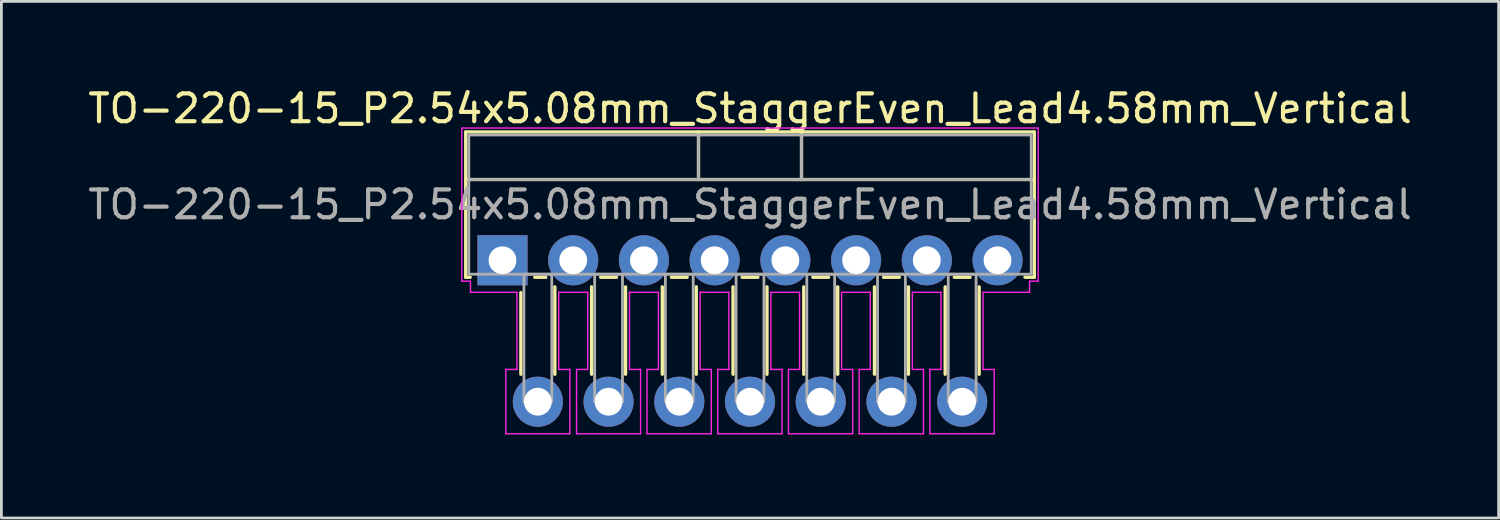
<source format=kicad_pcb>
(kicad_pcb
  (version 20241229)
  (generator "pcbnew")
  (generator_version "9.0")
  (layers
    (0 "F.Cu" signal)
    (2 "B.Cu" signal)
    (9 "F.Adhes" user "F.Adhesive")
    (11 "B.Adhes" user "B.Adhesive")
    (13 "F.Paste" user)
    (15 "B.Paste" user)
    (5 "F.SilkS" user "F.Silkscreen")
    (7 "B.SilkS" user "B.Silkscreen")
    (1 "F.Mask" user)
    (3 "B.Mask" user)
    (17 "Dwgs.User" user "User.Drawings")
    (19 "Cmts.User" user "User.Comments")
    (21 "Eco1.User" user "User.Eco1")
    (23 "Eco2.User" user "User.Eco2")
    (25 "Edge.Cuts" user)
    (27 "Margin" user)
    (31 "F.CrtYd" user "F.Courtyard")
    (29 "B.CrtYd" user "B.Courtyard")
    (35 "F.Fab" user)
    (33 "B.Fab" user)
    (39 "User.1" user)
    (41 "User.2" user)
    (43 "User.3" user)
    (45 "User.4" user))
  (footprint "TO-220-15_P2.54x5.08mm_StaggerEven_Lead4.58mm_Vertical"
    (layer "F.Cu")
    (at 14.997 6.298)
    (property "Reference" "TO-220-15_P2.54x5.08mm_StaggerEven_Lead4.58mm_Vertical" (at 8.89 -5.45 0) (layer "F.SilkS") (effects (font (size 1 1) (thickness 0.15))))
    (attr through_hole)
    (fp_line (start -1.32 -4.61) (end 19.1 -4.61) (stroke (width 0.12) (type solid)) (layer "F.SilkS"))
    (fp_line (start -1.32 -2.9) (end 19.1 -2.9) (stroke (width 0.12) (type solid)) (layer "F.SilkS"))
    (fp_line (start -1.32 0.61) (end -1.32 -4.61) (stroke (width 0.12) (type solid)) (layer "F.SilkS"))
    (fp_line (start -1.16 0.61) (end -1.32 0.61) (stroke (width 0.12) (type solid)) (layer "F.SilkS"))
    (fp_line (start 0.66 1.16) (end 0.66 4.093) (stroke (width 0.12) (type solid)) (layer "F.SilkS"))
    (fp_line (start 1.553 0.61) (end 1.16 0.61) (stroke (width 0.12) (type solid)) (layer "F.SilkS"))
    (fp_line (start 1.88 0.954) (end 1.88 4.093) (stroke (width 0.12) (type solid)) (layer "F.SilkS"))
    (fp_line (start 3.2 0.954) (end 3.2 4.093) (stroke (width 0.12) (type solid)) (layer "F.SilkS"))
    (fp_line (start 4.093 0.61) (end 3.527 0.61) (stroke (width 0.12) (type solid)) (layer "F.SilkS"))
    (fp_line (start 4.42 0.954) (end 4.42 4.093) (stroke (width 0.12) (type solid)) (layer "F.SilkS"))
    (fp_line (start 5.74 0.954) (end 5.74 4.093) (stroke (width 0.12) (type solid)) (layer "F.SilkS"))
    (fp_line (start 6.633 0.61) (end 6.067 0.61) (stroke (width 0.12) (type solid)) (layer "F.SilkS"))
    (fp_line (start 6.96 0.954) (end 6.96 4.093) (stroke (width 0.12) (type solid)) (layer "F.SilkS"))
    (fp_line (start 7.04 -4.61) (end 7.04 -2.9) (stroke (width 0.12) (type solid)) (layer "F.SilkS"))
    (fp_line (start 8.28 0.954) (end 8.28 4.093) (stroke (width 0.12) (type solid)) (layer "F.SilkS"))
    (fp_line (start 9.173 0.61) (end 8.607 0.61) (stroke (width 0.12) (type solid)) (layer "F.SilkS"))
    (fp_line (start 9.5 0.954) (end 9.5 4.093) (stroke (width 0.12) (type solid)) (layer "F.SilkS"))
    (fp_line (start 10.74 -4.61) (end 10.74 -2.9) (stroke (width 0.12) (type solid)) (layer "F.SilkS"))
    (fp_line (start 10.82 0.954) (end 10.82 4.093) (stroke (width 0.12) (type solid)) (layer "F.SilkS"))
    (fp_line (start 11.713 0.61) (end 11.147 0.61) (stroke (width 0.12) (type solid)) (layer "F.SilkS"))
    (fp_line (start 12.04 0.954) (end 12.04 4.093) (stroke (width 0.12) (type solid)) (layer "F.SilkS"))
    (fp_line (start 13.36 0.954) (end 13.36 4.093) (stroke (width 0.12) (type solid)) (layer "F.SilkS"))
    (fp_line (start 14.253 0.61) (end 13.687 0.61) (stroke (width 0.12) (type solid)) (layer "F.SilkS"))
    (fp_line (start 14.58 0.954) (end 14.58 4.093) (stroke (width 0.12) (type solid)) (layer "F.SilkS"))
    (fp_line (start 15.9 0.954) (end 15.9 4.093) (stroke (width 0.12) (type solid)) (layer "F.SilkS"))
    (fp_line (start 16.793 0.61) (end 16.227 0.61) (stroke (width 0.12) (type solid)) (layer "F.SilkS"))
    (fp_line (start 17.12 0.954) (end 17.12 4.093) (stroke (width 0.12) (type solid)) (layer "F.SilkS"))
    (fp_line (start 19.1 -4.61) (end 19.1 0.61) (stroke (width 0.12) (type solid)) (layer "F.SilkS"))
    (fp_line (start 19.1 0.61) (end 18.767 0.61) (stroke (width 0.12) (type solid)) (layer "F.SilkS"))
    (fp_line (start -1.46 -4.75) (end 19.24 -4.75) (stroke (width 0.05) (type solid)) (layer "F.CrtYd"))
    (fp_line (start -1.46 0.75) (end -1.46 -4.75) (stroke (width 0.05) (type solid)) (layer "F.CrtYd"))
    (fp_line (start -1.15 0.75) (end -1.46 0.75) (stroke (width 0.05) (type solid)) (layer "F.CrtYd"))
    (fp_line (start -1.15 1.15) (end -1.15 0.75) (stroke (width 0.05) (type solid)) (layer "F.CrtYd"))
    (fp_line (start 0.12 3.92) (end 0.52 3.92) (stroke (width 0.05) (type solid)) (layer "F.CrtYd"))
    (fp_line (start 0.12 6.23) (end 0.12 3.92) (stroke (width 0.05) (type solid)) (layer "F.CrtYd"))
    (fp_line (start 0.52 1.15) (end -1.15 1.15) (stroke (width 0.05) (type solid)) (layer "F.CrtYd"))
    (fp_line (start 0.52 3.92) (end 0.52 1.15) (stroke (width 0.05) (type solid)) (layer "F.CrtYd"))
    (fp_line (start 2.02 1.15) (end 2.02 3.92) (stroke (width 0.05) (type solid)) (layer "F.CrtYd"))
    (fp_line (start 2.02 3.92) (end 2.42 3.92) (stroke (width 0.05) (type solid)) (layer "F.CrtYd"))
    (fp_line (start 2.42 3.92) (end 2.42 6.23) (stroke (width 0.05) (type solid)) (layer "F.CrtYd"))
    (fp_line (start 2.42 6.23) (end 0.12 6.23) (stroke (width 0.05) (type solid)) (layer "F.CrtYd"))
    (fp_line (start 2.66 3.92) (end 3.06 3.92) (stroke (width 0.05) (type solid)) (layer "F.CrtYd"))
    (fp_line (start 2.66 6.23) (end 2.66 3.92) (stroke (width 0.05) (type solid)) (layer "F.CrtYd"))
    (fp_line (start 3.06 1.15) (end 2.02 1.15) (stroke (width 0.05) (type solid)) (layer "F.CrtYd"))
    (fp_line (start 3.06 3.92) (end 3.06 1.15) (stroke (width 0.05) (type solid)) (layer "F.CrtYd"))
    (fp_line (start 4.56 1.15) (end 4.56 3.92) (stroke (width 0.05) (type solid)) (layer "F.CrtYd"))
    (fp_line (start 4.56 3.92) (end 4.96 3.92) (stroke (width 0.05) (type solid)) (layer "F.CrtYd"))
    (fp_line (start 4.96 3.92) (end 4.96 6.23) (stroke (width 0.05) (type solid)) (layer "F.CrtYd"))
    (fp_line (start 4.96 6.23) (end 2.66 6.23) (stroke (width 0.05) (type solid)) (layer "F.CrtYd"))
    (fp_line (start 5.19 3.92) (end 5.6 3.92) (stroke (width 0.05) (type solid)) (layer "F.CrtYd"))
    (fp_line (start 5.19 6.23) (end 5.19 3.92) (stroke (width 0.05) (type solid)) (layer "F.CrtYd"))
    (fp_line (start 5.6 1.15) (end 4.56 1.15) (stroke (width 0.05) (type solid)) (layer "F.CrtYd"))
    (fp_line (start 5.6 3.92) (end 5.6 1.15) (stroke (width 0.05) (type solid)) (layer "F.CrtYd"))
    (fp_line (start 7.1 1.15) (end 7.1 3.92) (stroke (width 0.05) (type solid)) (layer "F.CrtYd"))
    (fp_line (start 7.1 3.92) (end 7.5 3.92) (stroke (width 0.05) (type solid)) (layer "F.CrtYd"))
    (fp_line (start 7.5 3.92) (end 7.5 6.23) (stroke (width 0.05) (type solid)) (layer "F.CrtYd"))
    (fp_line (start 7.5 6.23) (end 5.19 6.23) (stroke (width 0.05) (type solid)) (layer "F.CrtYd"))
    (fp_line (start 7.73 3.92) (end 8.13 3.92) (stroke (width 0.05) (type solid)) (layer "F.CrtYd"))
    (fp_line (start 7.73 6.23) (end 7.73 3.92) (stroke (width 0.05) (type solid)) (layer "F.CrtYd"))
    (fp_line (start 8.13 1.15) (end 7.1 1.15) (stroke (width 0.05) (type solid)) (layer "F.CrtYd"))
    (fp_line (start 8.13 3.92) (end 8.13 1.15) (stroke (width 0.05) (type solid)) (layer "F.CrtYd"))
    (fp_line (start 9.64 1.15) (end 9.64 3.92) (stroke (width 0.05) (type solid)) (layer "F.CrtYd"))
    (fp_line (start 9.64 3.92) (end 10.04 3.92) (stroke (width 0.05) (type solid)) (layer "F.CrtYd"))
    (fp_line (start 10.04 3.92) (end 10.04 6.23) (stroke (width 0.05) (type solid)) (layer "F.CrtYd"))
    (fp_line (start 10.04 6.23) (end 7.73 6.23) (stroke (width 0.05) (type solid)) (layer "F.CrtYd"))
    (fp_line (start 10.27 3.92) (end 10.67 3.92) (stroke (width 0.05) (type solid)) (layer "F.CrtYd"))
    (fp_line (start 10.27 6.23) (end 10.27 3.92) (stroke (width 0.05) (type solid)) (layer "F.CrtYd"))
    (fp_line (start 10.67 1.15) (end 9.64 1.15) (stroke (width 0.05) (type solid)) (layer "F.CrtYd"))
    (fp_line (start 10.67 3.92) (end 10.67 1.15) (stroke (width 0.05) (type solid)) (layer "F.CrtYd"))
    (fp_line (start 12.18 1.15) (end 12.18 3.92) (stroke (width 0.05) (type solid)) (layer "F.CrtYd"))
    (fp_line (start 12.18 3.92) (end 12.58 3.92) (stroke (width 0.05) (type solid)) (layer "F.CrtYd"))
    (fp_line (start 12.58 3.92) (end 12.58 6.23) (stroke (width 0.05) (type solid)) (layer "F.CrtYd"))
    (fp_line (start 12.58 6.23) (end 10.27 6.23) (stroke (width 0.05) (type solid)) (layer "F.CrtYd"))
    (fp_line (start 12.81 3.92) (end 13.21 3.92) (stroke (width 0.05) (type solid)) (layer "F.CrtYd"))
    (fp_line (start 12.81 6.23) (end 12.81 3.92) (stroke (width 0.05) (type solid)) (layer "F.CrtYd"))
    (fp_line (start 13.21 1.15) (end 12.18 1.15) (stroke (width 0.05) (type solid)) (layer "F.CrtYd"))
    (fp_line (start 13.21 3.92) (end 13.21 1.15) (stroke (width 0.05) (type solid)) (layer "F.CrtYd"))
    (fp_line (start 14.72 1.15) (end 14.72 3.92) (stroke (width 0.05) (type solid)) (layer "F.CrtYd"))
    (fp_line (start 14.72 3.92) (end 15.12 3.92) (stroke (width 0.05) (type solid)) (layer "F.CrtYd"))
    (fp_line (start 15.12 3.92) (end 15.12 6.23) (stroke (width 0.05) (type solid)) (layer "F.CrtYd"))
    (fp_line (start 15.12 6.23) (end 12.81 6.23) (stroke (width 0.05) (type solid)) (layer "F.CrtYd"))
    (fp_line (start 15.35 3.92) (end 15.75 3.92) (stroke (width 0.05) (type solid)) (layer "F.CrtYd"))
    (fp_line (start 15.35 6.23) (end 15.35 3.92) (stroke (width 0.05) (type solid)) (layer "F.CrtYd"))
    (fp_line (start 15.75 1.15) (end 14.72 1.15) (stroke (width 0.05) (type solid)) (layer "F.CrtYd"))
    (fp_line (start 15.75 3.92) (end 15.75 1.15) (stroke (width 0.05) (type solid)) (layer "F.CrtYd"))
    (fp_line (start 17.26 1.15) (end 17.26 3.92) (stroke (width 0.05) (type solid)) (layer "F.CrtYd"))
    (fp_line (start 17.26 3.92) (end 17.66 3.92) (stroke (width 0.05) (type solid)) (layer "F.CrtYd"))
    (fp_line (start 17.66 3.92) (end 17.66 6.23) (stroke (width 0.05) (type solid)) (layer "F.CrtYd"))
    (fp_line (start 17.66 6.23) (end 15.35 6.23) (stroke (width 0.05) (type solid)) (layer "F.CrtYd"))
    (fp_line (start 18.93 0.75) (end 18.93 1.15) (stroke (width 0.05) (type solid)) (layer "F.CrtYd"))
    (fp_line (start 18.93 1.15) (end 17.26 1.15) (stroke (width 0.05) (type solid)) (layer "F.CrtYd"))
    (fp_line (start 19.24 -4.75) (end 19.24 0.75) (stroke (width 0.05) (type solid)) (layer "F.CrtYd"))
    (fp_line (start 19.24 0.75) (end 18.93 0.75) (stroke (width 0.05) (type solid)) (layer "F.CrtYd"))
    (fp_line (start -1.21 -2.9) (end 18.99 -2.9) (stroke (width 0.1) (type solid)) (layer "F.Fab"))
    (fp_line (start 7.04 -4.5) (end 7.04 -2.9) (stroke (width 0.1) (type solid)) (layer "F.Fab"))
    (fp_line (start 10.74 -4.5) (end 10.74 -2.9) (stroke (width 0.1) (type solid)) (layer "F.Fab"))
    (fp_rect (start -1.21 -4.5) (end 18.99 0.5) (stroke (width 0.1) (type solid)) (fill no) (layer "F.Fab"))
    (fp_rect (start 0.77 0.5) (end 1.77 5.08) (stroke (width 0.1) (type solid)) (fill no) (layer "F.Fab"))
    (fp_rect (start 3.31 0.5) (end 4.31 5.08) (stroke (width 0.1) (type solid)) (fill no) (layer "F.Fab"))
    (fp_rect (start 5.85 0.5) (end 6.85 5.08) (stroke (width 0.1) (type solid)) (fill no) (layer "F.Fab"))
    (fp_rect (start 8.39 0.5) (end 9.39 5.08) (stroke (width 0.1) (type solid)) (fill no) (layer "F.Fab"))
    (fp_rect (start 10.93 0.5) (end 11.93 5.08) (stroke (width 0.1) (type solid)) (fill no) (layer "F.Fab"))
    (fp_rect (start 13.47 0.5) (end 14.47 5.08) (stroke (width 0.1) (type solid)) (fill no) (layer "F.Fab"))
    (fp_rect (start 16.01 0.5) (end 17.01 5.08) (stroke (width 0.1) (type solid)) (fill no) (layer "F.Fab"))
    (fp_text user "${REFERENCE}" (at 8.89 -2 0) (layer "F.Fab") (effects (font (size 1 1) (thickness 0.15))))
    (pad "1" thru_hole rect (at 0 0) (size 1.8 1.8) (drill 1) (layers "*.Cu" "*.Mask"))
    (pad "2" thru_hole circle (at 1.27 5.08) (size 1.8 1.8) (drill 1) (layers "*.Cu" "*.Mask"))
    (pad "3" thru_hole circle (at 2.54 0) (size 1.8 1.8) (drill 1) (layers "*.Cu" "*.Mask"))
    (pad "4" thru_hole circle (at 3.81 5.08) (size 1.8 1.8) (drill 1) (layers "*.Cu" "*.Mask"))
    (pad "5" thru_hole circle (at 5.08 0) (size 1.8 1.8) (drill 1) (layers "*.Cu" "*.Mask"))
    (pad "6" thru_hole circle (at 6.35 5.08) (size 1.8 1.8) (drill 1) (layers "*.Cu" "*.Mask"))
    (pad "7" thru_hole circle (at 7.62 0) (size 1.8 1.8) (drill 1) (layers "*.Cu" "*.Mask"))
    (pad "8" thru_hole circle (at 8.89 5.08) (size 1.8 1.8) (drill 1) (layers "*.Cu" "*.Mask"))
    (pad "9" thru_hole circle (at 10.16 0) (size 1.8 1.8) (drill 1) (layers "*.Cu" "*.Mask"))
    (pad "10" thru_hole circle (at 11.43 5.08) (size 1.8 1.8) (drill 1) (layers "*.Cu" "*.Mask"))
    (pad "11" thru_hole circle (at 12.7 0) (size 1.8 1.8) (drill 1) (layers "*.Cu" "*.Mask"))
    (pad "12" thru_hole circle (at 13.97 5.08) (size 1.8 1.8) (drill 1) (layers "*.Cu" "*.Mask"))
    (pad "13" thru_hole circle (at 15.24 0) (size 1.8 1.8) (drill 1) (layers "*.Cu" "*.Mask"))
    (pad "14" thru_hole circle (at 16.51 5.08) (size 1.8 1.8) (drill 1) (layers "*.Cu" "*.Mask"))
    (pad "15" thru_hole circle (at 17.78 0) (size 1.8 1.8) (drill 1) (layers "*.Cu" "*.Mask")))
  (gr_rect
    (start -3 -3)
    (end 50.774 15.553)
    (stroke (width 0.1) (type default))
    (fill no)
    (layer "Edge.Cuts")))
</source>
